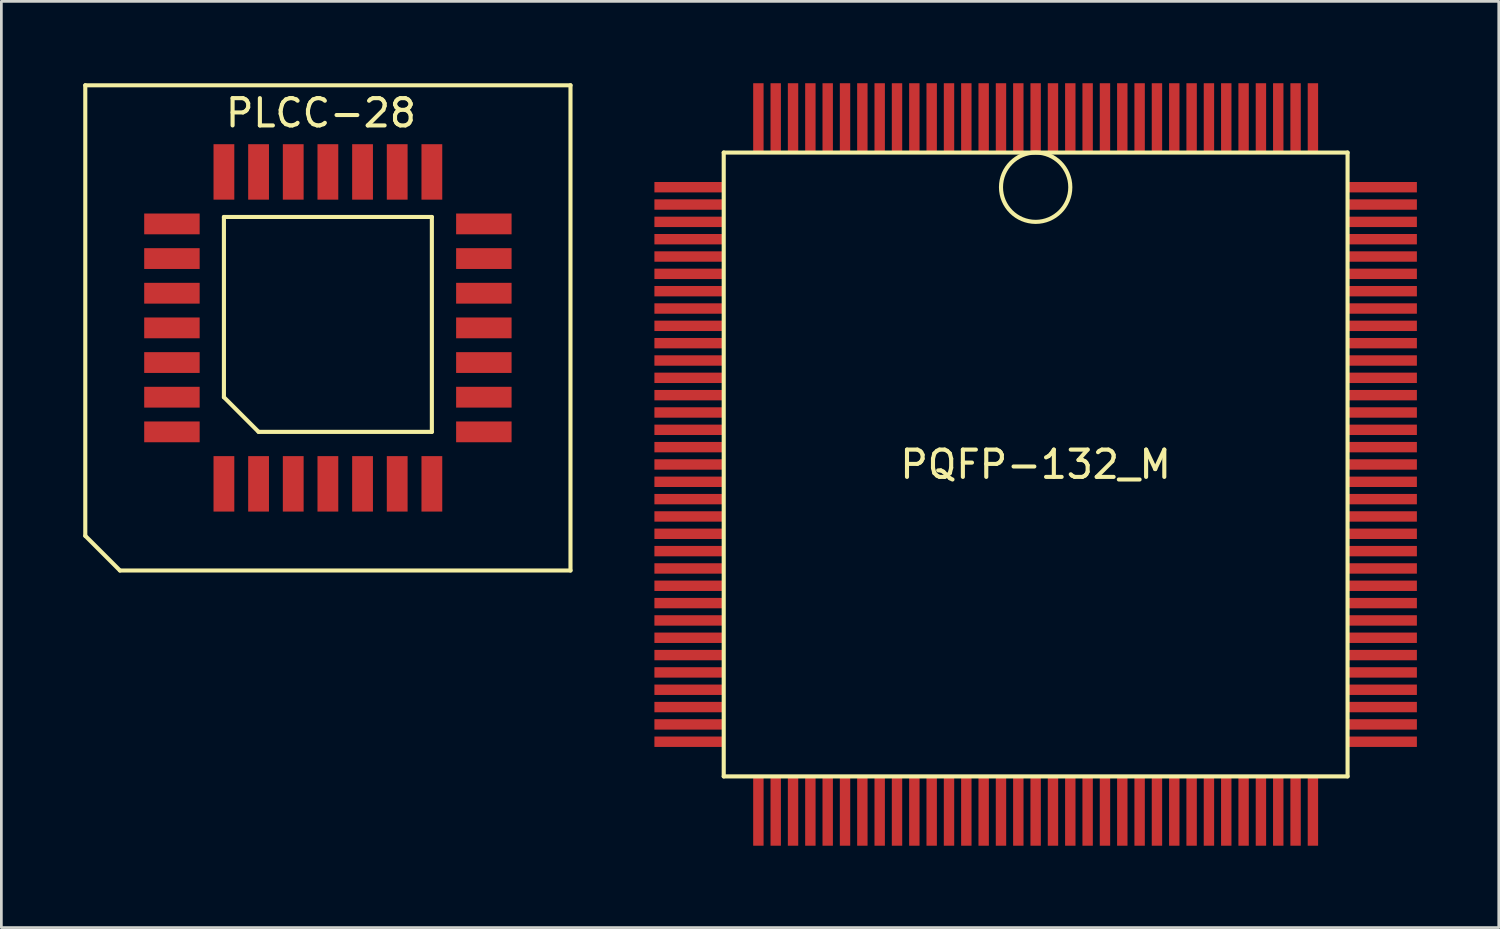
<source format=kicad_pcb>
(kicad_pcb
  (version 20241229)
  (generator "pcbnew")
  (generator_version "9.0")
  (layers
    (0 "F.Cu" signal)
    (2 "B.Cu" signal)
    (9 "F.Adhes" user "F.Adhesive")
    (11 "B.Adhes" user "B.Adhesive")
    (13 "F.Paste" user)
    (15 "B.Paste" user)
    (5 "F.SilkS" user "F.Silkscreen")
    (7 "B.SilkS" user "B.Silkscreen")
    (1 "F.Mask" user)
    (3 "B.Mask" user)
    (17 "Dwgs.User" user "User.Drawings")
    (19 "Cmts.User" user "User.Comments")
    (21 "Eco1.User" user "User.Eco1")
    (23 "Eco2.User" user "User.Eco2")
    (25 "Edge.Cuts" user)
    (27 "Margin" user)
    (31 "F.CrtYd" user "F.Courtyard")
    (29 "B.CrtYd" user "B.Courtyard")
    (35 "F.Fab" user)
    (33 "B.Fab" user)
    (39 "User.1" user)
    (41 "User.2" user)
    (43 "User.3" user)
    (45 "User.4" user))
  (footprint "PQFP-132_M"
    (layer "F.Cu")
    (at 34.9 13.97)
    (property "Reference" "PQFP-132_M" (at 0 0 0) (layer "F.SilkS") (effects (font (size 1 1) (thickness 0.15))))
    (attr smd)
    (fp_line (start -11.43 -11.43) (end 11.43 -11.43) (stroke (width 0.15) (type solid)) (layer "F.SilkS"))
    (fp_line (start -11.43 11.43) (end -11.43 -11.43) (stroke (width 0.15) (type solid)) (layer "F.SilkS"))
    (fp_line (start 11.43 -11.43) (end 11.43 11.43) (stroke (width 0.15) (type solid)) (layer "F.SilkS"))
    (fp_line (start 11.43 11.43) (end -11.43 11.43) (stroke (width 0.15) (type solid)) (layer "F.SilkS"))
    (fp_circle (center 0 -10.16) (end 0 -11.43) (stroke (width 0.15) (type solid)) (fill no) (layer "F.SilkS"))
    (pad "1" smd rect (at 0 -12.7) (size 0.381 2.54) (layers "F.Cu" "F.Mask" "F.Paste"))
    (pad "2" smd rect (at -0.635 -12.7) (size 0.381 2.54) (layers "F.Cu" "F.Mask" "F.Paste"))
    (pad "3" smd rect (at -1.27 -12.7) (size 0.381 2.54) (layers "F.Cu" "F.Mask" "F.Paste"))
    (pad "4" smd rect (at -1.905 -12.7) (size 0.381 2.54) (layers "F.Cu" "F.Mask" "F.Paste"))
    (pad "5" smd rect (at -2.54 -12.7) (size 0.381 2.54) (layers "F.Cu" "F.Mask" "F.Paste"))
    (pad "6" smd rect (at -3.175 -12.7) (size 0.381 2.54) (layers "F.Cu" "F.Mask" "F.Paste"))
    (pad "7" smd rect (at -3.81 -12.7) (size 0.381 2.54) (layers "F.Cu" "F.Mask" "F.Paste"))
    (pad "8" smd rect (at -4.445 -12.7) (size 0.381 2.54) (layers "F.Cu" "F.Mask" "F.Paste"))
    (pad "9" smd rect (at -5.08 -12.7) (size 0.381 2.54) (layers "F.Cu" "F.Mask" "F.Paste"))
    (pad "10" smd rect (at -5.715 -12.7) (size 0.381 2.54) (layers "F.Cu" "F.Mask" "F.Paste"))
    (pad "11" smd rect (at -6.35 -12.7) (size 0.381 2.54) (layers "F.Cu" "F.Mask" "F.Paste"))
    (pad "12" smd rect (at -6.985 -12.7) (size 0.381 2.54) (layers "F.Cu" "F.Mask" "F.Paste"))
    (pad "13" smd rect (at -7.62 -12.7) (size 0.381 2.54) (layers "F.Cu" "F.Mask" "F.Paste"))
    (pad "14" smd rect (at -8.255 -12.7) (size 0.381 2.54) (layers "F.Cu" "F.Mask" "F.Paste"))
    (pad "15" smd rect (at -8.89 -12.7) (size 0.381 2.54) (layers "F.Cu" "F.Mask" "F.Paste"))
    (pad "16" smd rect (at -9.525 -12.7) (size 0.381 2.54) (layers "F.Cu" "F.Mask" "F.Paste"))
    (pad "17" smd rect (at -10.16 -12.7) (size 0.381 2.54) (layers "F.Cu" "F.Mask" "F.Paste"))
    (pad "18" smd rect (at -12.7 -10.16) (size 2.54 0.381) (layers "F.Cu" "F.Mask" "F.Paste"))
    (pad "19" smd rect (at -12.7 -9.525) (size 2.54 0.381) (layers "F.Cu" "F.Mask" "F.Paste"))
    (pad "20" smd rect (at -12.7 -8.89) (size 2.54 0.381) (layers "F.Cu" "F.Mask" "F.Paste"))
    (pad "21" smd rect (at -12.7 -8.255) (size 2.54 0.381) (layers "F.Cu" "F.Mask" "F.Paste"))
    (pad "22" smd rect (at -12.7 -7.62) (size 2.54 0.381) (layers "F.Cu" "F.Mask" "F.Paste"))
    (pad "23" smd rect (at -12.7 -6.985) (size 2.54 0.381) (layers "F.Cu" "F.Mask" "F.Paste"))
    (pad "24" smd rect (at -12.7 -6.35) (size 2.54 0.381) (layers "F.Cu" "F.Mask" "F.Paste"))
    (pad "25" smd rect (at -12.7 -5.715) (size 2.54 0.381) (layers "F.Cu" "F.Mask" "F.Paste"))
    (pad "26" smd rect (at -12.7 -5.08) (size 2.54 0.381) (layers "F.Cu" "F.Mask" "F.Paste"))
    (pad "27" smd rect (at -12.7 -4.445) (size 2.54 0.381) (layers "F.Cu" "F.Mask" "F.Paste"))
    (pad "28" smd rect (at -12.7 -3.81) (size 2.54 0.381) (layers "F.Cu" "F.Mask" "F.Paste"))
    (pad "29" smd rect (at -12.7 -3.175) (size 2.54 0.381) (layers "F.Cu" "F.Mask" "F.Paste"))
    (pad "30" smd rect (at -12.7 -2.54) (size 2.54 0.381) (layers "F.Cu" "F.Mask" "F.Paste"))
    (pad "31" smd rect (at -12.7 -1.905) (size 2.54 0.381) (layers "F.Cu" "F.Mask" "F.Paste"))
    (pad "32" smd rect (at -12.7 -1.27) (size 2.54 0.381) (layers "F.Cu" "F.Mask" "F.Paste"))
    (pad "33" smd rect (at -12.7 -0.635) (size 2.54 0.381) (layers "F.Cu" "F.Mask" "F.Paste"))
    (pad "34" smd rect (at -12.7 0) (size 2.54 0.381) (layers "F.Cu" "F.Mask" "F.Paste"))
    (pad "35" smd rect (at -12.7 0.635) (size 2.54 0.381) (layers "F.Cu" "F.Mask" "F.Paste"))
    (pad "36" smd rect (at -12.7 1.27) (size 2.54 0.381) (layers "F.Cu" "F.Mask" "F.Paste"))
    (pad "37" smd rect (at -12.7 1.905) (size 2.54 0.381) (layers "F.Cu" "F.Mask" "F.Paste"))
    (pad "38" smd rect (at -12.7 2.54) (size 2.54 0.381) (layers "F.Cu" "F.Mask" "F.Paste"))
    (pad "39" smd rect (at -12.7 3.175) (size 2.54 0.381) (layers "F.Cu" "F.Mask" "F.Paste"))
    (pad "40" smd rect (at -12.7 3.81) (size 2.54 0.381) (layers "F.Cu" "F.Mask" "F.Paste"))
    (pad "41" smd rect (at -12.7 4.445) (size 2.54 0.381) (layers "F.Cu" "F.Mask" "F.Paste"))
    (pad "42" smd rect (at -12.7 5.08) (size 2.54 0.381) (layers "F.Cu" "F.Mask" "F.Paste"))
    (pad "43" smd rect (at -12.7 5.715) (size 2.54 0.381) (layers "F.Cu" "F.Mask" "F.Paste"))
    (pad "44" smd rect (at -12.7 6.35) (size 2.54 0.381) (layers "F.Cu" "F.Mask" "F.Paste"))
    (pad "45" smd rect (at -12.7 6.985) (size 2.54 0.381) (layers "F.Cu" "F.Mask" "F.Paste"))
    (pad "46" smd rect (at -12.7 7.62) (size 2.54 0.381) (layers "F.Cu" "F.Mask" "F.Paste"))
    (pad "47" smd rect (at -12.7 8.255) (size 2.54 0.381) (layers "F.Cu" "F.Mask" "F.Paste"))
    (pad "48" smd rect (at -12.7 8.89) (size 2.54 0.381) (layers "F.Cu" "F.Mask" "F.Paste"))
    (pad "49" smd rect (at -12.7 9.525) (size 2.54 0.381) (layers "F.Cu" "F.Mask" "F.Paste"))
    (pad "50" smd rect (at -12.7 10.16) (size 2.54 0.381) (layers "F.Cu" "F.Mask" "F.Paste"))
    (pad "51" smd rect (at -10.16 12.7) (size 0.381 2.54) (layers "F.Cu" "F.Mask" "F.Paste"))
    (pad "52" smd rect (at -9.525 12.7) (size 0.381 2.54) (layers "F.Cu" "F.Mask" "F.Paste"))
    (pad "53" smd rect (at -8.89 12.7) (size 0.381 2.54) (layers "F.Cu" "F.Mask" "F.Paste"))
    (pad "54" smd rect (at -8.255 12.7) (size 0.381 2.54) (layers "F.Cu" "F.Mask" "F.Paste"))
    (pad "55" smd rect (at -7.62 12.7) (size 0.381 2.54) (layers "F.Cu" "F.Mask" "F.Paste"))
    (pad "56" smd rect (at -6.985 12.7) (size 0.381 2.54) (layers "F.Cu" "F.Mask" "F.Paste"))
    (pad "57" smd rect (at -6.35 12.7) (size 0.381 2.54) (layers "F.Cu" "F.Mask" "F.Paste"))
    (pad "58" smd rect (at -5.715 12.7) (size 0.381 2.54) (layers "F.Cu" "F.Mask" "F.Paste"))
    (pad "59" smd rect (at -5.08 12.7) (size 0.381 2.54) (layers "F.Cu" "F.Mask" "F.Paste"))
    (pad "60" smd rect (at -4.445 12.7) (size 0.381 2.54) (layers "F.Cu" "F.Mask" "F.Paste"))
    (pad "61" smd rect (at -3.81 12.7) (size 0.381 2.54) (layers "F.Cu" "F.Mask" "F.Paste"))
    (pad "62" smd rect (at -3.175 12.7) (size 0.381 2.54) (layers "F.Cu" "F.Mask" "F.Paste"))
    (pad "63" smd rect (at -2.54 12.7) (size 0.381 2.54) (layers "F.Cu" "F.Mask" "F.Paste"))
    (pad "64" smd rect (at -1.905 12.7) (size 0.381 2.54) (layers "F.Cu" "F.Mask" "F.Paste"))
    (pad "65" smd rect (at -1.27 12.7) (size 0.381 2.54) (layers "F.Cu" "F.Mask" "F.Paste"))
    (pad "66" smd rect (at -0.635 12.7) (size 0.381 2.54) (layers "F.Cu" "F.Mask" "F.Paste"))
    (pad "67" smd rect (at 0 12.7) (size 0.381 2.54) (layers "F.Cu" "F.Mask" "F.Paste"))
    (pad "68" smd rect (at 0.635 12.7) (size 0.381 2.54) (layers "F.Cu" "F.Mask" "F.Paste"))
    (pad "69" smd rect (at 1.27 12.7) (size 0.381 2.54) (layers "F.Cu" "F.Mask" "F.Paste"))
    (pad "70" smd rect (at 1.905 12.7) (size 0.381 2.54) (layers "F.Cu" "F.Mask" "F.Paste"))
    (pad "71" smd rect (at 2.54 12.7) (size 0.381 2.54) (layers "F.Cu" "F.Mask" "F.Paste"))
    (pad "72" smd rect (at 3.175 12.7) (size 0.381 2.54) (layers "F.Cu" "F.Mask" "F.Paste"))
    (pad "73" smd rect (at 3.81 12.7) (size 0.381 2.54) (layers "F.Cu" "F.Mask" "F.Paste"))
    (pad "74" smd rect (at 4.445 12.7) (size 0.381 2.54) (layers "F.Cu" "F.Mask" "F.Paste"))
    (pad "75" smd rect (at 5.08 12.7) (size 0.381 2.54) (layers "F.Cu" "F.Mask" "F.Paste"))
    (pad "76" smd rect (at 5.715 12.7) (size 0.381 2.54) (layers "F.Cu" "F.Mask" "F.Paste"))
    (pad "77" smd rect (at 6.35 12.7) (size 0.381 2.54) (layers "F.Cu" "F.Mask" "F.Paste"))
    (pad "78" smd rect (at 6.985 12.7) (size 0.381 2.54) (layers "F.Cu" "F.Mask" "F.Paste"))
    (pad "79" smd rect (at 7.62 12.7) (size 0.381 2.54) (layers "F.Cu" "F.Mask" "F.Paste"))
    (pad "80" smd rect (at 8.255 12.7) (size 0.381 2.54) (layers "F.Cu" "F.Mask" "F.Paste"))
    (pad "81" smd rect (at 8.89 12.7) (size 0.381 2.54) (layers "F.Cu" "F.Mask" "F.Paste"))
    (pad "82" smd rect (at 9.525 12.7) (size 0.381 2.54) (layers "F.Cu" "F.Mask" "F.Paste"))
    (pad "83" smd rect (at 10.16 12.7) (size 0.381 2.54) (layers "F.Cu" "F.Mask" "F.Paste"))
    (pad "84" smd rect (at 12.7 10.16) (size 2.54 0.381) (layers "F.Cu" "F.Mask" "F.Paste"))
    (pad "85" smd rect (at 12.7 9.525) (size 2.54 0.381) (layers "F.Cu" "F.Mask" "F.Paste"))
    (pad "86" smd rect (at 12.7 8.89) (size 2.54 0.381) (layers "F.Cu" "F.Mask" "F.Paste"))
    (pad "87" smd rect (at 12.7 8.255) (size 2.54 0.381) (layers "F.Cu" "F.Mask" "F.Paste"))
    (pad "88" smd rect (at 12.7 7.62) (size 2.54 0.381) (layers "F.Cu" "F.Mask" "F.Paste"))
    (pad "89" smd rect (at 12.7 6.985) (size 2.54 0.381) (layers "F.Cu" "F.Mask" "F.Paste"))
    (pad "90" smd rect (at 12.7 6.35) (size 2.54 0.381) (layers "F.Cu" "F.Mask" "F.Paste"))
    (pad "91" smd rect (at 12.7 5.715) (size 2.54 0.381) (layers "F.Cu" "F.Mask" "F.Paste"))
    (pad "92" smd rect (at 12.7 5.08) (size 2.54 0.381) (layers "F.Cu" "F.Mask" "F.Paste"))
    (pad "93" smd rect (at 12.7 4.445) (size 2.54 0.381) (layers "F.Cu" "F.Mask" "F.Paste"))
    (pad "94" smd rect (at 12.7 3.81) (size 2.54 0.381) (layers "F.Cu" "F.Mask" "F.Paste"))
    (pad "95" smd rect (at 12.7 3.175) (size 2.54 0.381) (layers "F.Cu" "F.Mask" "F.Paste"))
    (pad "96" smd rect (at 12.7 2.54) (size 2.54 0.381) (layers "F.Cu" "F.Mask" "F.Paste"))
    (pad "97" smd rect (at 12.7 1.905) (size 2.54 0.381) (layers "F.Cu" "F.Mask" "F.Paste"))
    (pad "98" smd rect (at 12.7 1.27) (size 2.54 0.381) (layers "F.Cu" "F.Mask" "F.Paste"))
    (pad "99" smd rect (at 12.7 0.635) (size 2.54 0.381) (layers "F.Cu" "F.Mask" "F.Paste"))
    (pad "100" smd rect (at 12.7 0) (size 2.54 0.381) (layers "F.Cu" "F.Mask" "F.Paste"))
    (pad "101" smd rect (at 12.7 -0.635) (size 2.54 0.381) (layers "F.Cu" "F.Mask" "F.Paste"))
    (pad "102" smd rect (at 12.7 -1.27) (size 2.54 0.381) (layers "F.Cu" "F.Mask" "F.Paste"))
    (pad "103" smd rect (at 12.7 -1.905) (size 2.54 0.381) (layers "F.Cu" "F.Mask" "F.Paste"))
    (pad "104" smd rect (at 12.7 -2.54) (size 2.54 0.381) (layers "F.Cu" "F.Mask" "F.Paste"))
    (pad "105" smd rect (at 12.7 -3.175) (size 2.54 0.381) (layers "F.Cu" "F.Mask" "F.Paste"))
    (pad "106" smd rect (at 12.7 -3.81) (size 2.54 0.381) (layers "F.Cu" "F.Mask" "F.Paste"))
    (pad "107" smd rect (at 12.7 -4.445) (size 2.54 0.381) (layers "F.Cu" "F.Mask" "F.Paste"))
    (pad "108" smd rect (at 12.7 -5.08) (size 2.54 0.381) (layers "F.Cu" "F.Mask" "F.Paste"))
    (pad "109" smd rect (at 12.7 -5.715) (size 2.54 0.381) (layers "F.Cu" "F.Mask" "F.Paste"))
    (pad "110" smd rect (at 12.7 -6.35) (size 2.54 0.381) (layers "F.Cu" "F.Mask" "F.Paste"))
    (pad "111" smd rect (at 12.7 -6.985) (size 2.54 0.381) (layers "F.Cu" "F.Mask" "F.Paste"))
    (pad "112" smd rect (at 12.7 -7.62) (size 2.54 0.381) (layers "F.Cu" "F.Mask" "F.Paste"))
    (pad "113" smd rect (at 12.7 -8.255) (size 2.54 0.381) (layers "F.Cu" "F.Mask" "F.Paste"))
    (pad "114" smd rect (at 12.7 -8.89) (size 2.54 0.381) (layers "F.Cu" "F.Mask" "F.Paste"))
    (pad "115" smd rect (at 12.7 -9.525) (size 2.54 0.381) (layers "F.Cu" "F.Mask" "F.Paste"))
    (pad "116" smd rect (at 12.7 -10.16) (size 2.54 0.381) (layers "F.Cu" "F.Mask" "F.Paste"))
    (pad "117" smd rect (at 10.16 -12.7) (size 0.381 2.54) (layers "F.Cu" "F.Mask" "F.Paste"))
    (pad "118" smd rect (at 9.525 -12.7) (size 0.381 2.54) (layers "F.Cu" "F.Mask" "F.Paste"))
    (pad "119" smd rect (at 8.89 -12.7) (size 0.381 2.54) (layers "F.Cu" "F.Mask" "F.Paste"))
    (pad "120" smd rect (at 8.255 -12.7) (size 0.381 2.54) (layers "F.Cu" "F.Mask" "F.Paste"))
    (pad "121" smd rect (at 7.62 -12.7) (size 0.381 2.54) (layers "F.Cu" "F.Mask" "F.Paste"))
    (pad "122" smd rect (at 6.985 -12.7) (size 0.381 2.54) (layers "F.Cu" "F.Mask" "F.Paste"))
    (pad "123" smd rect (at 6.35 -12.7) (size 0.381 2.54) (layers "F.Cu" "F.Mask" "F.Paste"))
    (pad "124" smd rect (at 5.715 -12.7) (size 0.381 2.54) (layers "F.Cu" "F.Mask" "F.Paste"))
    (pad "125" smd rect (at 5.08 -12.7) (size 0.381 2.54) (layers "F.Cu" "F.Mask" "F.Paste"))
    (pad "126" smd rect (at 4.445 -12.7) (size 0.381 2.54) (layers "F.Cu" "F.Mask" "F.Paste"))
    (pad "127" smd rect (at 3.81 -12.7) (size 0.381 2.54) (layers "F.Cu" "F.Mask" "F.Paste"))
    (pad "128" smd rect (at 3.175 -12.7) (size 0.381 2.54) (layers "F.Cu" "F.Mask" "F.Paste"))
    (pad "129" smd rect (at 2.54 -12.7) (size 0.381 2.54) (layers "F.Cu" "F.Mask" "F.Paste"))
    (pad "130" smd rect (at 1.905 -12.7) (size 0.381 2.54) (layers "F.Cu" "F.Mask" "F.Paste"))
    (pad "131" smd rect (at 1.27 -12.7) (size 0.381 2.54) (layers "F.Cu" "F.Mask" "F.Paste"))
    (pad "132" smd rect (at 0.635 -12.7) (size 0.381 2.54) (layers "F.Cu" "F.Mask" "F.Paste")))
  (footprint "PLCC-28"
    (layer "F.Cu")
    (at 8.965 8.965)
    (property "Reference" "PLCC-28" (at -0.254 -7.874 0) (layer "F.SilkS") (effects (font (size 1 1) (thickness 0.15))))
    (attr smd)
    (fp_line (start -8.89 7.62) (end -8.89 -8.89) (stroke (width 0.15) (type solid)) (layer "F.SilkS"))
    (fp_line (start -8.89 7.62) (end -7.62 8.89) (stroke (width 0.15) (type solid)) (layer "F.SilkS"))
    (fp_line (start -7.62 8.89) (end 8.89 8.89) (stroke (width 0.15) (type solid)) (layer "F.SilkS"))
    (fp_line (start -3.81 -4.064) (end -3.81 2.54) (stroke (width 0.15) (type solid)) (layer "F.SilkS"))
    (fp_line (start -3.81 -4.064) (end 3.81 -4.064) (stroke (width 0.15) (type solid)) (layer "F.SilkS"))
    (fp_line (start -3.81 2.54) (end -2.54 3.81) (stroke (width 0.15) (type solid)) (layer "F.SilkS"))
    (fp_line (start 3.81 -4.064) (end 3.81 3.81) (stroke (width 0.15) (type solid)) (layer "F.SilkS"))
    (fp_line (start 3.81 3.81) (end -2.54 3.81) (stroke (width 0.15) (type solid)) (layer "F.SilkS"))
    (fp_line (start 8.89 -8.89) (end -8.89 -8.89) (stroke (width 0.15) (type solid)) (layer "F.SilkS"))
    (fp_line (start 8.89 8.89) (end 8.89 -8.89) (stroke (width 0.15) (type solid)) (layer "F.SilkS"))
    (pad "1" smd rect (at -5.715 0) (size 2.032 0.762) (layers "F.Cu" "F.Mask" "F.Paste"))
    (pad "2" smd rect (at -5.715 1.27) (size 2.032 0.762) (layers "F.Cu" "F.Mask" "F.Paste"))
    (pad "3" smd rect (at -5.715 2.54) (size 2.032 0.762) (layers "F.Cu" "F.Mask" "F.Paste"))
    (pad "4" smd rect (at -5.715 3.81) (size 2.032 0.762) (layers "F.Cu" "F.Mask" "F.Paste"))
    (pad "5" smd rect (at -3.81 5.715) (size 0.762 2.032) (layers "F.Cu" "F.Mask" "F.Paste"))
    (pad "6" smd rect (at -2.54 5.715) (size 0.762 2.032) (layers "F.Cu" "F.Mask" "F.Paste"))
    (pad "7" smd rect (at -1.27 5.715) (size 0.762 2.032) (layers "F.Cu" "F.Mask" "F.Paste"))
    (pad "8" smd rect (at 0 5.715) (size 0.762 2.032) (layers "F.Cu" "F.Mask" "F.Paste"))
    (pad "9" smd rect (at 1.27 5.715) (size 0.762 2.032) (layers "F.Cu" "F.Mask" "F.Paste"))
    (pad "10" smd rect (at 2.54 5.715) (size 0.762 2.032) (layers "F.Cu" "F.Mask" "F.Paste"))
    (pad "11" smd rect (at 3.81 5.715) (size 0.762 2.032) (layers "F.Cu" "F.Mask" "F.Paste"))
    (pad "12" smd rect (at 5.715 3.81) (size 2.032 0.762) (layers "F.Cu" "F.Mask" "F.Paste"))
    (pad "13" smd rect (at 5.715 2.54) (size 2.032 0.762) (layers "F.Cu" "F.Mask" "F.Paste"))
    (pad "14" smd rect (at 5.715 1.27) (size 2.032 0.762) (layers "F.Cu" "F.Mask" "F.Paste"))
    (pad "15" smd rect (at 5.715 0) (size 2.032 0.762) (layers "F.Cu" "F.Mask" "F.Paste"))
    (pad "16" smd rect (at 5.715 -1.27) (size 2.032 0.762) (layers "F.Cu" "F.Mask" "F.Paste"))
    (pad "17" smd rect (at 5.715 -2.54) (size 2.032 0.762) (layers "F.Cu" "F.Mask" "F.Paste"))
    (pad "18" smd rect (at 5.715 -3.81) (size 2.032 0.762) (layers "F.Cu" "F.Mask" "F.Paste"))
    (pad "19" smd rect (at 3.81 -5.715) (size 0.762 2.032) (layers "F.Cu" "F.Mask" "F.Paste"))
    (pad "20" smd rect (at 2.54 -5.715) (size 0.762 2.032) (layers "F.Cu" "F.Mask" "F.Paste"))
    (pad "21" smd rect (at 1.27 -5.715) (size 0.762 2.032) (layers "F.Cu" "F.Mask" "F.Paste"))
    (pad "22" smd rect (at 0 -5.715) (size 0.762 2.032) (layers "F.Cu" "F.Mask" "F.Paste"))
    (pad "23" smd rect (at -1.27 -5.715) (size 0.762 2.032) (layers "F.Cu" "F.Mask" "F.Paste"))
    (pad "24" smd rect (at -2.54 -5.715) (size 0.762 2.032) (layers "F.Cu" "F.Mask" "F.Paste"))
    (pad "25" smd rect (at -3.81 -5.715) (size 0.762 2.032) (layers "F.Cu" "F.Mask" "F.Paste"))
    (pad "26" smd rect (at -5.715 -3.81) (size 2.032 0.762) (layers "F.Cu" "F.Mask" "F.Paste"))
    (pad "27" smd rect (at -5.715 -2.54) (size 2.032 0.762) (layers "F.Cu" "F.Mask" "F.Paste"))
    (pad "28" smd rect (at -5.715 -1.27) (size 2.032 0.762) (layers "F.Cu" "F.Mask" "F.Paste")))
  (gr_rect
    (start -3 -3)
    (end 51.87 30.94)
    (stroke (width 0.1) (type default))
    (fill no)
    (layer "Edge.Cuts")))
</source>
